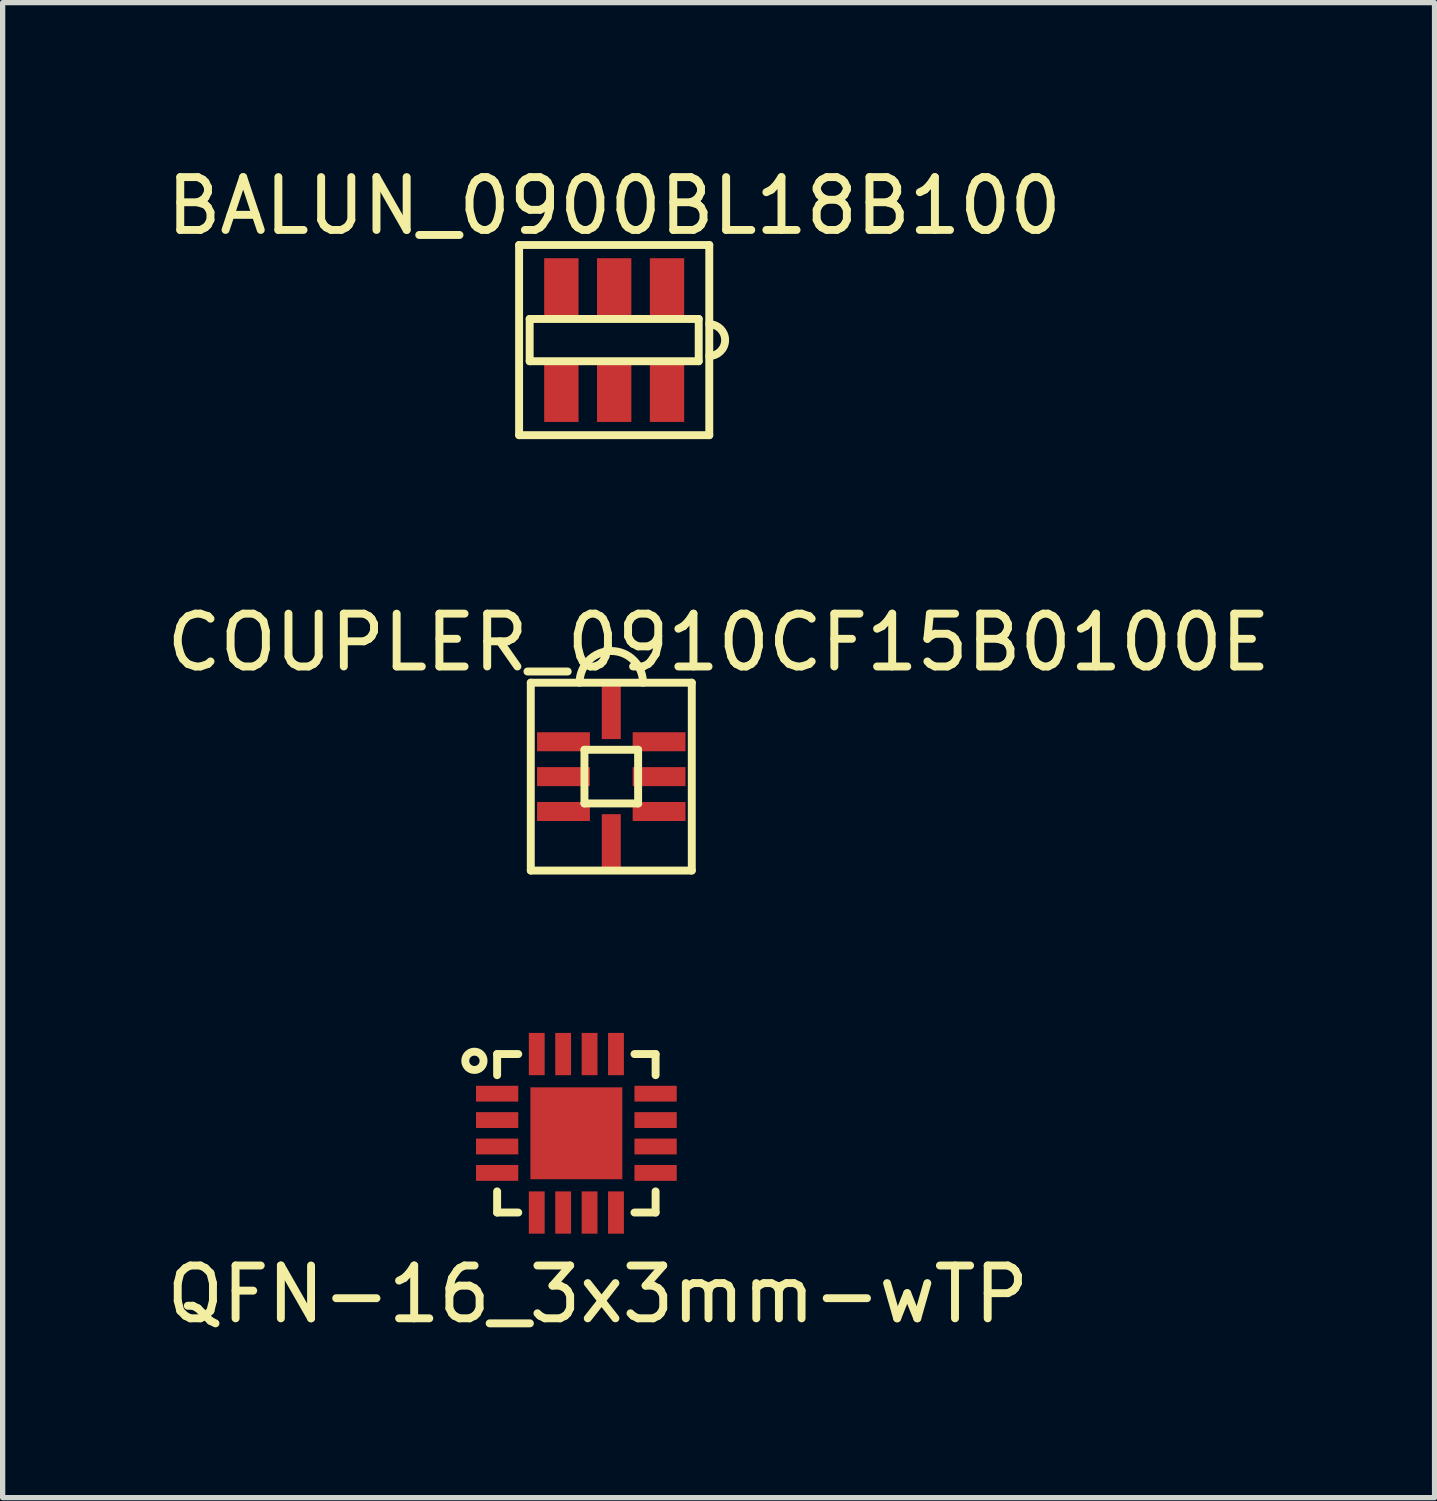
<source format=kicad_pcb>
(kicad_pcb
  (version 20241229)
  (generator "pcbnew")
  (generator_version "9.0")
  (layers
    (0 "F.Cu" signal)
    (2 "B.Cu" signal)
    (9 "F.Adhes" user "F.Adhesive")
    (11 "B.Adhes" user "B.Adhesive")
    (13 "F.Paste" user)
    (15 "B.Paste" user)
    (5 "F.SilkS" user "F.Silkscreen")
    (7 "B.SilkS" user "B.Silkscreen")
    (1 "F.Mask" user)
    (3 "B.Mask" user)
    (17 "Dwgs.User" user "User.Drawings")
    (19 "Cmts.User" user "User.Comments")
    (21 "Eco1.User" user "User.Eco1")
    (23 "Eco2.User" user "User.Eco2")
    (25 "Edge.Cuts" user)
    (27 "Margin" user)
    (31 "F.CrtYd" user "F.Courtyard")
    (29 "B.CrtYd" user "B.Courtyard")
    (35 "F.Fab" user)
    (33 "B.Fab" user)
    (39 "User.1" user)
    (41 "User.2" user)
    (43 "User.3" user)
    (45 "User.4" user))
  (footprint "COUPLER_0910CF15B0100E"
    (layer "F.Cu")
    (at 8.522 11.652)
    (property "Reference" "COUPLER_0910CF15B0100E" (at 2.032 -2.54 0) (layer "F.SilkS") (effects (font (size 1 1) (thickness 0.15))))
    (attr through_hole)
    (fp_line (start -1.524 -1.778) (end 1.524 -1.778) (stroke (width 0.15) (type solid)) (layer "F.SilkS"))
    (fp_line (start -1.524 1.778) (end -1.524 -1.778) (stroke (width 0.15) (type solid)) (layer "F.SilkS"))
    (fp_line (start -0.508 -0.508) (end 0.508 -0.508) (stroke (width 0.15) (type solid)) (layer "F.SilkS"))
    (fp_line (start -0.508 0.508) (end -0.508 -0.508) (stroke (width 0.15) (type solid)) (layer "F.SilkS"))
    (fp_line (start 0.508 -0.508) (end 0.508 0.508) (stroke (width 0.15) (type solid)) (layer "F.SilkS"))
    (fp_line (start 0.508 0.508) (end -0.508 0.508) (stroke (width 0.15) (type solid)) (layer "F.SilkS"))
    (fp_line (start 1.524 -1.778) (end 1.524 1.778) (stroke (width 0.15) (type solid)) (layer "F.SilkS"))
    (fp_line (start 1.524 1.778) (end -1.524 1.778) (stroke (width 0.15) (type solid)) (layer "F.SilkS"))
    (fp_arc (start -0.6 -1.778) (mid 0 -2.378) (end 0.6 -1.778) (stroke (width 0.15) (type solid)) (layer "F.SilkS"))
    (pad "1" smd rect (at -0.905 -0.66) (size 1 0.36) (layers "F.Cu" "F.Mask" "F.Paste"))
    (pad "2" smd rect (at -0.905 0) (size 1 0.36) (layers "F.Cu" "F.Mask" "F.Paste"))
    (pad "3" smd rect (at -0.905 0.66) (size 1 0.36) (layers "F.Cu" "F.Mask" "F.Paste"))
    (pad "4" smd rect (at 0 1.211) (size 0.36 1) (layers "F.Cu" "F.Mask" "F.Paste"))
    (pad "5" smd rect (at 0.905 0.66) (size 1 0.36) (layers "F.Cu" "F.Mask" "F.Paste"))
    (pad "6" smd rect (at 0.905 0) (size 1 0.36) (layers "F.Cu" "F.Mask" "F.Paste"))
    (pad "7" smd rect (at 0.905 -0.66) (size 1 0.36) (layers "F.Cu" "F.Mask" "F.Paste"))
    (pad "8" smd rect (at 0 -1.211) (size 0.36 1) (layers "F.Cu" "F.Mask" "F.Paste")))
  (footprint "QFN-16_3x3mm-wTP"
    (layer "F.Cu")
    (at 7.861 18.404)
    (property "Reference" "QFN-16_3x3mm-wTP" (at 0.406 3.048 0) (layer "F.SilkS") (effects (font (size 1 1) (thickness 0.15))))
    (attr through_hole)
    (fp_line (start -1.5 -1.5) (end -1.5 -1.1) (stroke (width 0.15) (type solid)) (layer "F.SilkS"))
    (fp_line (start -1.5 -1.5) (end -1.1 -1.5) (stroke (width 0.15) (type solid)) (layer "F.SilkS"))
    (fp_line (start -1.5 1.5) (end -1.5 1.1) (stroke (width 0.15) (type solid)) (layer "F.SilkS"))
    (fp_line (start -1.5 1.5) (end -1.1 1.5) (stroke (width 0.15) (type solid)) (layer "F.SilkS"))
    (fp_line (start 1.5 -1.5) (end 1.1 -1.5) (stroke (width 0.15) (type solid)) (layer "F.SilkS"))
    (fp_line (start 1.5 -1.5) (end 1.5 -1.1) (stroke (width 0.15) (type solid)) (layer "F.SilkS"))
    (fp_line (start 1.5 1.5) (end 1.1 1.5) (stroke (width 0.15) (type solid)) (layer "F.SilkS"))
    (fp_line (start 1.5 1.5) (end 1.5 1.1) (stroke (width 0.15) (type solid)) (layer "F.SilkS"))
    (fp_circle (center -1.93 -1.372) (end -1.808 -1.249) (stroke (width 0.15) (type solid)) (fill no) (layer "F.SilkS"))
    (pad "1" smd rect (at -1.5 -0.75) (size 0.8 0.3) (layers "F.Cu" "F.Mask" "F.Paste"))
    (pad "2" smd rect (at -1.5 -0.25) (size 0.8 0.3) (layers "F.Cu" "F.Mask" "F.Paste"))
    (pad "3" smd rect (at -1.5 0.25) (size 0.8 0.3) (layers "F.Cu" "F.Mask" "F.Paste"))
    (pad "4" smd rect (at -1.5 0.75) (size 0.8 0.3) (layers "F.Cu" "F.Mask" "F.Paste"))
    (pad "5" smd rect (at -0.75 1.5) (size 0.3 0.8) (layers "F.Cu" "F.Mask" "F.Paste"))
    (pad "6" smd rect (at -0.25 1.5) (size 0.3 0.8) (layers "F.Cu" "F.Mask" "F.Paste"))
    (pad "7" smd rect (at 0.25 1.5) (size 0.3 0.8) (layers "F.Cu" "F.Mask" "F.Paste"))
    (pad "8" smd rect (at 0.75 1.5) (size 0.3 0.8) (layers "F.Cu" "F.Mask" "F.Paste"))
    (pad "9" smd rect (at 1.5 0.75) (size 0.8 0.3) (layers "F.Cu" "F.Mask" "F.Paste"))
    (pad "10" smd rect (at 1.5 0.25) (size 0.8 0.3) (layers "F.Cu" "F.Mask" "F.Paste"))
    (pad "11" smd rect (at 1.5 -0.25) (size 0.8 0.3) (layers "F.Cu" "F.Mask" "F.Paste"))
    (pad "12" smd rect (at 1.5 -0.75) (size 0.8 0.3) (layers "F.Cu" "F.Mask" "F.Paste"))
    (pad "13" smd rect (at 0.75 -1.5) (size 0.3 0.8) (layers "F.Cu" "F.Mask" "F.Paste"))
    (pad "14" smd rect (at 0.25 -1.5) (size 0.3 0.8) (layers "F.Cu" "F.Mask" "F.Paste"))
    (pad "15" smd rect (at -0.25 -1.5) (size 0.3 0.8) (layers "F.Cu" "F.Mask" "F.Paste"))
    (pad "16" smd rect (at -0.75 -1.5) (size 0.3 0.8) (layers "F.Cu" "F.Mask" "F.Paste"))
    (pad "17" smd rect (at 0 0) (size 1.74 1.74) (layers "F.Cu" "F.Mask" "F.Paste")))
  (footprint "BALUN_0900BL18B100"
    (layer "F.Cu")
    (at 8.577 3.388)
    (property "Reference" "BALUN_0900BL18B100" (at 0 -2.54 0) (layer "F.SilkS") (effects (font (size 1 1) (thickness 0.15))))
    (attr through_hole)
    (fp_line (start -1.8 -1.8) (end 1.8 -1.8) (stroke (width 0.15) (type solid)) (layer "F.SilkS"))
    (fp_line (start -1.8 1.8) (end -1.8 -1.8) (stroke (width 0.15) (type solid)) (layer "F.SilkS"))
    (fp_line (start -1.6 -0.4) (end 1.6 -0.4) (stroke (width 0.15) (type solid)) (layer "F.SilkS"))
    (fp_line (start -1.6 0.4) (end -1.6 -0.4) (stroke (width 0.15) (type solid)) (layer "F.SilkS"))
    (fp_line (start 1.6 -0.4) (end 1.6 0.4) (stroke (width 0.15) (type solid)) (layer "F.SilkS"))
    (fp_line (start 1.6 0.4) (end -1.6 0.4) (stroke (width 0.15) (type solid)) (layer "F.SilkS"))
    (fp_line (start 1.8 -1.8) (end 1.8 1.8) (stroke (width 0.15) (type solid)) (layer "F.SilkS"))
    (fp_line (start 1.8 1.8) (end -1.8 1.8) (stroke (width 0.15) (type solid)) (layer "F.SilkS"))
    (fp_arc (start 1.8 -0.3) (mid 2.1 0) (end 1.8 0.3) (stroke (width 0.15) (type solid)) (layer "F.SilkS"))
    (pad "1" smd rect (at 1 -1) (size 0.65 1.1) (layers "F.Cu" "F.Mask" "F.Paste"))
    (pad "2" smd rect (at 0 -1) (size 0.65 1.1) (layers "F.Cu" "F.Mask" "F.Paste"))
    (pad "3" smd rect (at -1 -1) (size 0.65 1.1) (layers "F.Cu" "F.Mask" "F.Paste"))
    (pad "4" smd rect (at -1 1) (size 0.65 1.1) (layers "F.Cu" "F.Mask" "F.Paste"))
    (pad "5" smd rect (at 0 1) (size 0.65 1.1) (layers "F.Cu" "F.Mask" "F.Paste"))
    (pad "6" smd rect (at 1 1) (size 0.65 1.1) (layers "F.Cu" "F.Mask" "F.Paste")))
  (gr_rect
    (start -3 -3)
    (end 24.107 25.301)
    (stroke (width 0.1) (type default))
    (fill no)
    (layer "Edge.Cuts")))
</source>
